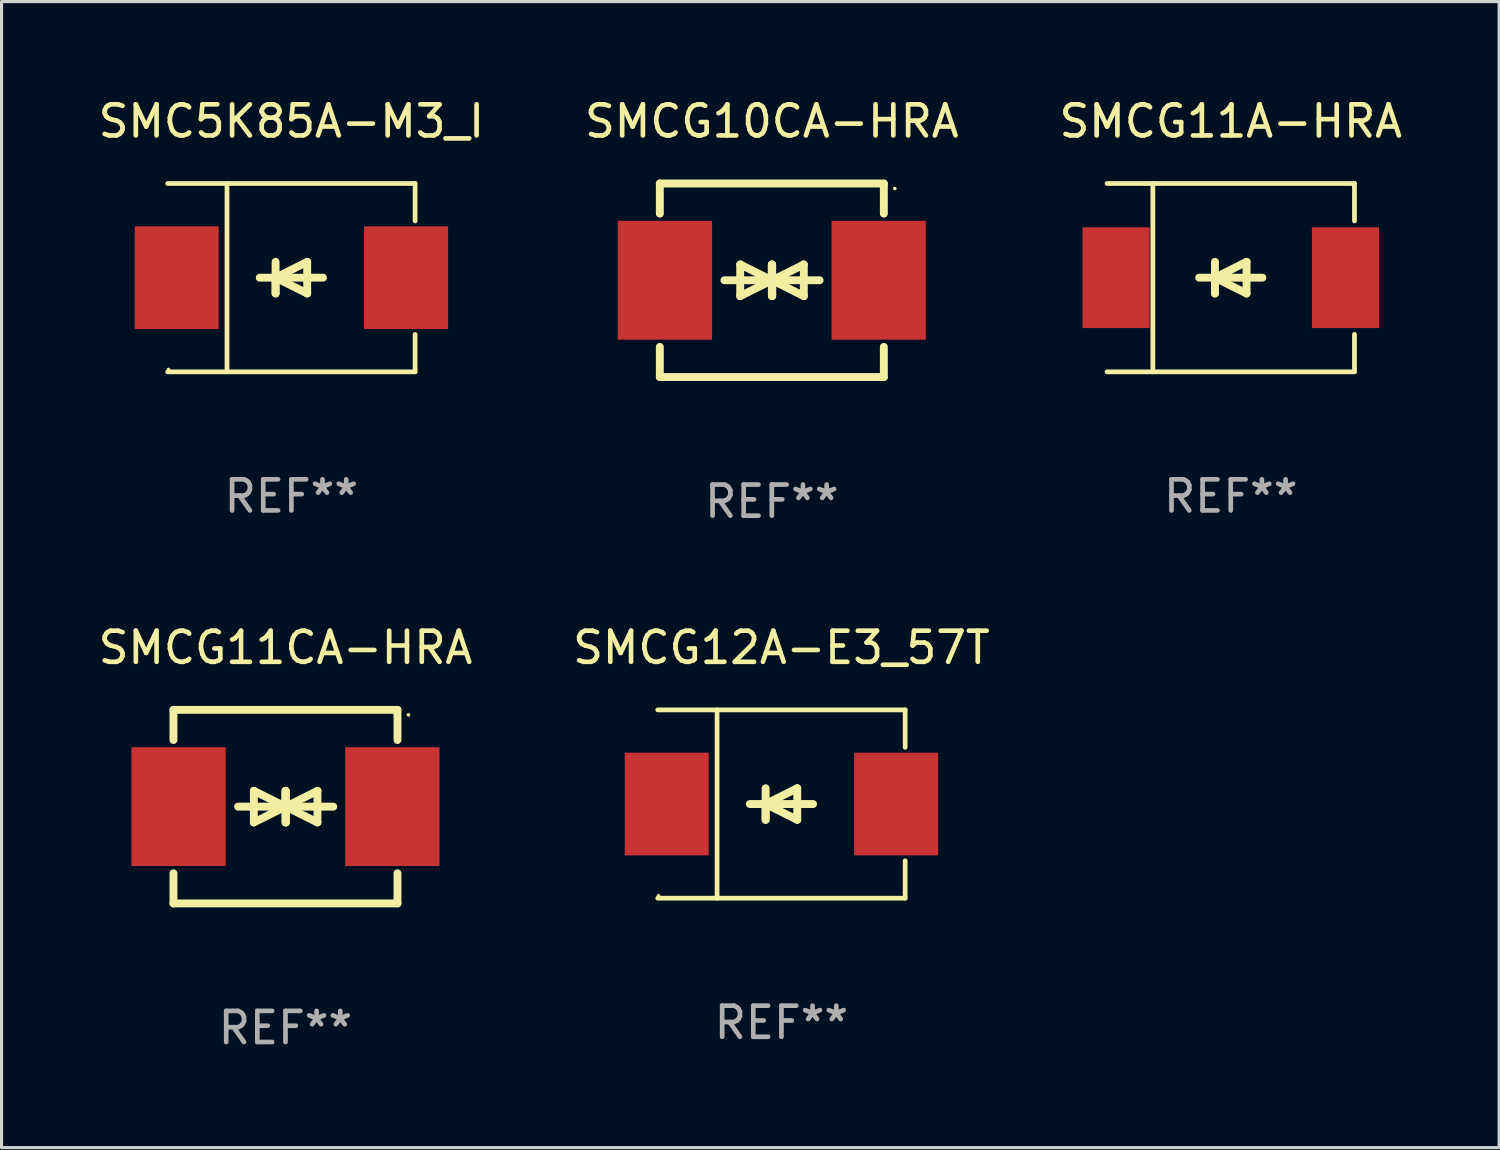
<source format=kicad_pcb>
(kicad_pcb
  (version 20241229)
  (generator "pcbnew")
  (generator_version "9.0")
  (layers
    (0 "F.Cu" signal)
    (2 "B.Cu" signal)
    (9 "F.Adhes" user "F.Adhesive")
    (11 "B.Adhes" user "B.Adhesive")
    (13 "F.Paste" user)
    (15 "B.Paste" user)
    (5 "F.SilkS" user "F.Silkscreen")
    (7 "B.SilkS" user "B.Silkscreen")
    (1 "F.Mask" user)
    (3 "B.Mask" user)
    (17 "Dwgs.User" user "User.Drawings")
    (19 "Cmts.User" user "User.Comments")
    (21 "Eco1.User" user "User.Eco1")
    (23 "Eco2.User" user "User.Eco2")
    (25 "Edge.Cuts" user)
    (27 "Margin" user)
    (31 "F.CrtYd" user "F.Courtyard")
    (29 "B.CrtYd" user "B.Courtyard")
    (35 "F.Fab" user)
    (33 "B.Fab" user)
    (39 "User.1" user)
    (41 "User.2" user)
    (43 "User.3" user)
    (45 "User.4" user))
  (footprint "SMCG11A-HRA"
    (layer "F.Cu")
    (at 36.506 5.874)
    (property "Reference" "SMCG11A-HRA" (at 0 -5.026 0) (layer "F.SilkS") (effects (font (size 1 1) (thickness 0.15))))
    (attr through_hole)
    (fp_line (start -3.976 -3.026) (end 3.976 -3.026) (stroke (width 0.152) (type solid)) (layer "F.SilkS"))
    (fp_line (start -3.976 3.026) (end 3.976 3.026) (stroke (width 0.152) (type solid)) (layer "F.SilkS"))
    (fp_line (start -2.504 -3.026) (end -2.504 3.026) (stroke (width 0.152) (type solid)) (layer "F.SilkS"))
    (fp_line (start -0.508 0) (end -0.508 0.508) (stroke (width 0.254) (type solid)) (layer "F.SilkS"))
    (fp_line (start -0.508 0) (end 0.508 0.508) (stroke (width 0.254) (type solid)) (layer "F.SilkS"))
    (fp_line (start -0.508 0.508) (end -0.508 -0.508) (stroke (width 0.254) (type solid)) (layer "F.SilkS"))
    (fp_line (start 0.508 -0.508) (end -0.508 0) (stroke (width 0.254) (type solid)) (layer "F.SilkS"))
    (fp_line (start 0.508 0.508) (end 0.508 -0.508) (stroke (width 0.254) (type solid)) (layer "F.SilkS"))
    (fp_line (start 1.016 0) (end -1.016 0) (stroke (width 0.254) (type solid)) (layer "F.SilkS"))
    (fp_line (start 3.976 -3.026) (end 3.976 -1.823) (stroke (width 0.152) (type solid)) (layer "F.SilkS"))
    (fp_line (start 3.976 3.026) (end 3.976 1.823) (stroke (width 0.152) (type solid)) (layer "F.SilkS"))
    (fp_circle (center 3.95 -2.95) (end 3.98 -2.95) (stroke (width 0.06) (type solid)) (fill no) (layer "F.SilkS"))
    (fp_text user "REF**" (at 0 7.026 0) (layer "F.Fab") (effects (font (size 1 1) (thickness 0.15))))
    (pad "1" smd rect (at 3.686 0 180) (size 2.158 3.24) (layers "F.Cu" "F.Mask" "F.Paste"))
    (pad "2" smd rect (at -3.686 0 180) (size 2.158 3.24) (layers "F.Cu" "F.Mask" "F.Paste")))
  (footprint "SMCG10CA-HRA"
    (layer "F.Cu")
    (at 21.756 5.958)
    (property "Reference" "SMCG10CA-HRA" (at 0 -5.11 0) (layer "F.SilkS") (effects (font (size 1 1) (thickness 0.15))))
    (attr through_hole)
    (fp_line (start -3.6 -2.141) (end -3.6 -3.11) (stroke (width 0.254) (type solid)) (layer "F.SilkS"))
    (fp_line (start -3.6 3.11) (end -3.6 2.141) (stroke (width 0.254) (type solid)) (layer "F.SilkS"))
    (fp_line (start -1.524 0) (end 0.508 0) (stroke (width 0.254) (type solid)) (layer "F.SilkS"))
    (fp_line (start -1.016 -0.508) (end -1.016 0.508) (stroke (width 0.254) (type solid)) (layer "F.SilkS"))
    (fp_line (start -1.016 0.508) (end 0 0) (stroke (width 0.254) (type solid)) (layer "F.SilkS"))
    (fp_line (start 0 -0.508) (end 0 0.508) (stroke (width 0.254) (type solid)) (layer "F.SilkS"))
    (fp_line (start 0 0) (end -1.016 -0.508) (stroke (width 0.254) (type solid)) (layer "F.SilkS"))
    (fp_line (start 0 0) (end 0 -0.508) (stroke (width 0.254) (type solid)) (layer "F.SilkS"))
    (fp_line (start 0.012 0) (end 0.012 0.508) (stroke (width 0.254) (type solid)) (layer "F.SilkS"))
    (fp_line (start 0.012 0) (end 1.028 0.508) (stroke (width 0.254) (type solid)) (layer "F.SilkS"))
    (fp_line (start 0.012 0.508) (end 0.012 -0.508) (stroke (width 0.254) (type solid)) (layer "F.SilkS"))
    (fp_line (start 1.028 -0.508) (end 0.012 0) (stroke (width 0.254) (type solid)) (layer "F.SilkS"))
    (fp_line (start 1.028 0.508) (end 1.028 -0.508) (stroke (width 0.254) (type solid)) (layer "F.SilkS"))
    (fp_line (start 1.536 0) (end -0.496 0) (stroke (width 0.254) (type solid)) (layer "F.SilkS"))
    (fp_line (start 3.6 -3.11) (end -3.6 -3.11) (stroke (width 0.254) (type solid)) (layer "F.SilkS"))
    (fp_line (start 3.6 -2.141) (end 3.6 -3.11) (stroke (width 0.254) (type solid)) (layer "F.SilkS"))
    (fp_line (start 3.6 3.11) (end -3.6 3.11) (stroke (width 0.254) (type solid)) (layer "F.SilkS"))
    (fp_line (start 3.6 3.11) (end 3.6 2.141) (stroke (width 0.254) (type solid)) (layer "F.SilkS"))
    (fp_circle (center 3.952 -2.95) (end 3.982 -2.95) (stroke (width 0.06) (type solid)) (fill no) (layer "F.SilkS"))
    (fp_text user "REF**" (at 0 7.11 0) (layer "F.Fab") (effects (font (size 1 1) (thickness 0.15))))
    (pad "1" smd rect (at 3.435 0) (size 3.03 3.82) (layers "F.Cu" "F.Mask" "F.Paste"))
    (pad "2" smd rect (at -3.435 0) (size 3.03 3.82) (layers "F.Cu" "F.Mask" "F.Paste")))
  (footprint "SMC5K85A-M3_I"
    (layer "F.Cu")
    (at 6.315 5.874)
    (property "Reference" "SMC5K85A-M3_I" (at 0 -5.026 0) (layer "F.SilkS") (effects (font (size 1 1) (thickness 0.15))))
    (attr through_hole)
    (fp_line (start -3.976 -3.026) (end 3.976 -3.026) (stroke (width 0.152) (type solid)) (layer "F.SilkS"))
    (fp_line (start -3.976 3.026) (end 3.976 3.026) (stroke (width 0.152) (type solid)) (layer "F.SilkS"))
    (fp_line (start -2.069 -3.026) (end -2.069 3.026) (stroke (width 0.152) (type solid)) (layer "F.SilkS"))
    (fp_line (start -0.508 0) (end -0.508 0.508) (stroke (width 0.254) (type solid)) (layer "F.SilkS"))
    (fp_line (start -0.508 0) (end 0.508 0.508) (stroke (width 0.254) (type solid)) (layer "F.SilkS"))
    (fp_line (start -0.508 0.508) (end -0.508 -0.508) (stroke (width 0.254) (type solid)) (layer "F.SilkS"))
    (fp_line (start 0.508 -0.508) (end -0.508 0) (stroke (width 0.254) (type solid)) (layer "F.SilkS"))
    (fp_line (start 0.508 0.508) (end 0.508 -0.508) (stroke (width 0.254) (type solid)) (layer "F.SilkS"))
    (fp_line (start 1.016 0) (end -1.016 0) (stroke (width 0.254) (type solid)) (layer "F.SilkS"))
    (fp_line (start 3.976 -3.026) (end 3.976 -1.823) (stroke (width 0.152) (type solid)) (layer "F.SilkS"))
    (fp_line (start 3.976 3.026) (end 3.976 1.823) (stroke (width 0.152) (type solid)) (layer "F.SilkS"))
    (fp_circle (center -3.95 2.95) (end -3.92 2.95) (stroke (width 0.06) (type solid)) (fill no) (layer "F.SilkS"))
    (fp_text user "REF**" (at 0 7.026 0) (layer "F.Fab") (effects (font (size 1 1) (thickness 0.15))))
    (pad "1" smd rect (at -3.686 0) (size 2.7 3.3) (layers "F.Cu" "F.Mask" "F.Paste"))
    (pad "2" smd rect (at 3.686 0) (size 2.7 3.3) (layers "F.Cu" "F.Mask" "F.Paste")))
  (footprint "SMCG12A-E3_57T"
    (layer "F.Cu")
    (at 22.065 22.791)
    (property "Reference" "SMCG12A-E3_57T" (at 0 -5.026 0) (layer "F.SilkS") (effects (font (size 1 1) (thickness 0.15))))
    (attr through_hole)
    (fp_line (start -3.976 -3.026) (end 3.976 -3.026) (stroke (width 0.152) (type solid)) (layer "F.SilkS"))
    (fp_line (start -3.976 3.026) (end 3.976 3.026) (stroke (width 0.152) (type solid)) (layer "F.SilkS"))
    (fp_line (start -2.069 -3.026) (end -2.069 3.026) (stroke (width 0.152) (type solid)) (layer "F.SilkS"))
    (fp_line (start -0.508 0) (end -0.508 0.508) (stroke (width 0.254) (type solid)) (layer "F.SilkS"))
    (fp_line (start -0.508 0) (end 0.508 0.508) (stroke (width 0.254) (type solid)) (layer "F.SilkS"))
    (fp_line (start -0.508 0.508) (end -0.508 -0.508) (stroke (width 0.254) (type solid)) (layer "F.SilkS"))
    (fp_line (start 0.508 -0.508) (end -0.508 0) (stroke (width 0.254) (type solid)) (layer "F.SilkS"))
    (fp_line (start 0.508 0.508) (end 0.508 -0.508) (stroke (width 0.254) (type solid)) (layer "F.SilkS"))
    (fp_line (start 1.016 0) (end -1.016 0) (stroke (width 0.254) (type solid)) (layer "F.SilkS"))
    (fp_line (start 3.976 -3.026) (end 3.976 -1.823) (stroke (width 0.152) (type solid)) (layer "F.SilkS"))
    (fp_line (start 3.976 3.026) (end 3.976 1.823) (stroke (width 0.152) (type solid)) (layer "F.SilkS"))
    (fp_circle (center -3.95 2.95) (end -3.92 2.95) (stroke (width 0.06) (type solid)) (fill no) (layer "F.SilkS"))
    (fp_text user "REF**" (at 0 7.026 0) (layer "F.Fab") (effects (font (size 1 1) (thickness 0.15))))
    (pad "1" smd rect (at -3.686 0) (size 2.7 3.3) (layers "F.Cu" "F.Mask" "F.Paste"))
    (pad "2" smd rect (at 3.686 0) (size 2.7 3.3) (layers "F.Cu" "F.Mask" "F.Paste")))
  (footprint "SMCG11CA-HRA"
    (layer "F.Cu")
    (at 6.125 22.875)
    (property "Reference" "SMCG11CA-HRA" (at 0 -5.11 0) (layer "F.SilkS") (effects (font (size 1 1) (thickness 0.15))))
    (attr through_hole)
    (fp_line (start -3.6 -2.141) (end -3.6 -3.11) (stroke (width 0.254) (type solid)) (layer "F.SilkS"))
    (fp_line (start -3.6 3.11) (end -3.6 2.141) (stroke (width 0.254) (type solid)) (layer "F.SilkS"))
    (fp_line (start -1.524 0) (end 0.508 0) (stroke (width 0.254) (type solid)) (layer "F.SilkS"))
    (fp_line (start -1.016 -0.508) (end -1.016 0.508) (stroke (width 0.254) (type solid)) (layer "F.SilkS"))
    (fp_line (start -1.016 0.508) (end 0 0) (stroke (width 0.254) (type solid)) (layer "F.SilkS"))
    (fp_line (start 0 -0.508) (end 0 0.508) (stroke (width 0.254) (type solid)) (layer "F.SilkS"))
    (fp_line (start 0 0) (end -1.016 -0.508) (stroke (width 0.254) (type solid)) (layer "F.SilkS"))
    (fp_line (start 0 0) (end 0 -0.508) (stroke (width 0.254) (type solid)) (layer "F.SilkS"))
    (fp_line (start 0.012 0) (end 0.012 0.508) (stroke (width 0.254) (type solid)) (layer "F.SilkS"))
    (fp_line (start 0.012 0) (end 1.028 0.508) (stroke (width 0.254) (type solid)) (layer "F.SilkS"))
    (fp_line (start 0.012 0.508) (end 0.012 -0.508) (stroke (width 0.254) (type solid)) (layer "F.SilkS"))
    (fp_line (start 1.028 -0.508) (end 0.012 0) (stroke (width 0.254) (type solid)) (layer "F.SilkS"))
    (fp_line (start 1.028 0.508) (end 1.028 -0.508) (stroke (width 0.254) (type solid)) (layer "F.SilkS"))
    (fp_line (start 1.536 0) (end -0.496 0) (stroke (width 0.254) (type solid)) (layer "F.SilkS"))
    (fp_line (start 3.6 -3.11) (end -3.6 -3.11) (stroke (width 0.254) (type solid)) (layer "F.SilkS"))
    (fp_line (start 3.6 -2.141) (end 3.6 -3.11) (stroke (width 0.254) (type solid)) (layer "F.SilkS"))
    (fp_line (start 3.6 3.11) (end -3.6 3.11) (stroke (width 0.254) (type solid)) (layer "F.SilkS"))
    (fp_line (start 3.6 3.11) (end 3.6 2.141) (stroke (width 0.254) (type solid)) (layer "F.SilkS"))
    (fp_circle (center 3.952 -2.95) (end 3.982 -2.95) (stroke (width 0.06) (type solid)) (fill no) (layer "F.SilkS"))
    (fp_text user "REF**" (at 0 7.11 0) (layer "F.Fab") (effects (font (size 1 1) (thickness 0.15))))
    (pad "1" smd rect (at 3.435 0) (size 3.03 3.82) (layers "F.Cu" "F.Mask" "F.Paste"))
    (pad "2" smd rect (at -3.435 0) (size 3.03 3.82) (layers "F.Cu" "F.Mask" "F.Paste")))
  (gr_rect
    (start -3 -3)
    (end 45.131 33.833)
    (stroke (width 0.1) (type default))
    (fill no)
    (layer "Edge.Cuts")))
</source>
